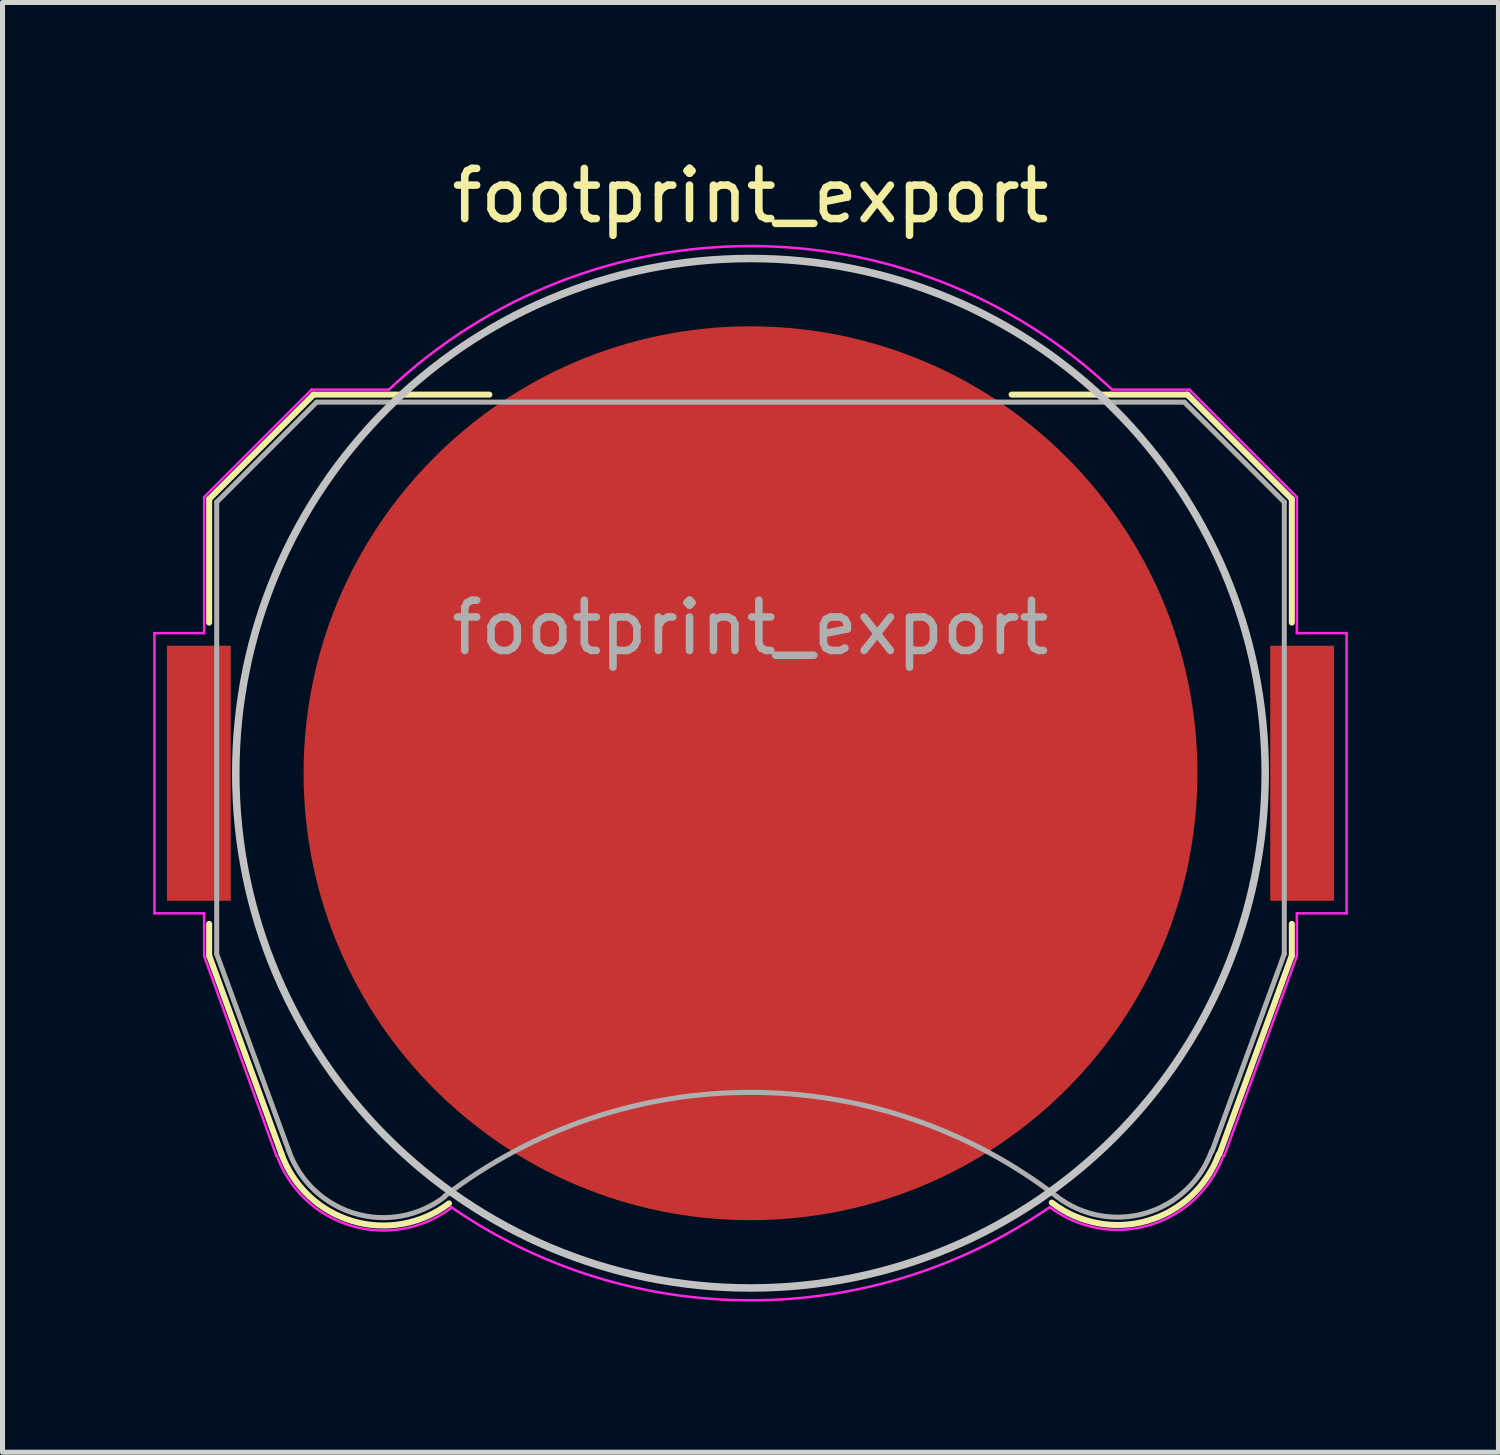
<source format=kicad_pcb>
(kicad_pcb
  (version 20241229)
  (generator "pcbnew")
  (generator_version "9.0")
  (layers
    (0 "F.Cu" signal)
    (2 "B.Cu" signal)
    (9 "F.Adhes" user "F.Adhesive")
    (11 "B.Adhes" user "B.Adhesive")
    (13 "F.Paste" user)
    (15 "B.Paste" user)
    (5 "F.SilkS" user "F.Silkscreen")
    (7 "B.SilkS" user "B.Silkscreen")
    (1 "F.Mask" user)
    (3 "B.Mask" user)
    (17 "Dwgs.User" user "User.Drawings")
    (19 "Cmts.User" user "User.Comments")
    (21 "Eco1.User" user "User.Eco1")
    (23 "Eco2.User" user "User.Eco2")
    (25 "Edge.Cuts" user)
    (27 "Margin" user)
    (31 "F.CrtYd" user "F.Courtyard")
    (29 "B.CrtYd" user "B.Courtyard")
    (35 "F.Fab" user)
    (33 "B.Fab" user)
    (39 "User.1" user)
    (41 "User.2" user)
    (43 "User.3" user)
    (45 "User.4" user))
  (footprint "footprint_export"
    (layer "F.Cu")
    (at 11.895 12.348)
    (property "Reference" "footprint_export" (at 0 -11.5 0) (layer "F.SilkS") (effects (font (size 1 1) (thickness 0.15))))
    (attr smd)
    (fp_line (start -10.78 -5.46) (end -10.78 -3) (stroke (width 0.12) (type solid)) (layer "F.SilkS"))
    (fp_line (start -10.78 3) (end -10.78 3.63) (stroke (width 0.12) (type solid)) (layer "F.SilkS"))
    (fp_line (start -10.78 3.63) (end -9.34 7.58) (stroke (width 0.12) (type solid)) (layer "F.SilkS"))
    (fp_line (start -8.7 -7.54) (end -10.78 -5.46) (stroke (width 0.12) (type solid)) (layer "F.SilkS"))
    (fp_line (start -5.2 -7.54) (end -8.7 -7.54) (stroke (width 0.12) (type solid)) (layer "F.SilkS"))
    (fp_line (start 8.7 -7.54) (end 5.2 -7.54) (stroke (width 0.12) (type solid)) (layer "F.SilkS"))
    (fp_line (start 8.7 -7.54) (end 10.78 -5.46) (stroke (width 0.12) (type solid)) (layer "F.SilkS"))
    (fp_line (start 10.78 -5.46) (end 10.78 -3) (stroke (width 0.12) (type solid)) (layer "F.SilkS"))
    (fp_line (start 10.78 3) (end 10.78 3.63) (stroke (width 0.12) (type solid)) (layer "F.SilkS"))
    (fp_line (start 10.78 3.63) (end 9.34 7.58) (stroke (width 0.12) (type solid)) (layer "F.SilkS"))
    (fp_arc (start -6.003354 8.56653) (mid -7.921654 8.918738) (end -9.34 7.58) (stroke (width 0.12) (type solid)) (layer "F.SilkS"))
    (fp_arc (start 9.325243 7.588169) (mid 7.90634 8.911668) (end 6 8.55) (stroke (width 0.12) (type solid)) (layer "F.SilkS"))
    (fp_circle (center 0 0) (end 0 10.25) (stroke (width 0.15) (type solid)) (fill no) (layer "Dwgs.User"))
    (fp_line (start -11.87 -2.79) (end -11.87 2.79) (stroke (width 0.05) (type solid)) (layer "F.CrtYd"))
    (fp_line (start -11.87 2.79) (end -10.88 2.79) (stroke (width 0.05) (type solid)) (layer "F.CrtYd"))
    (fp_line (start -10.88 -5.5) (end -10.88 -2.79) (stroke (width 0.05) (type solid)) (layer "F.CrtYd"))
    (fp_line (start -10.88 -2.79) (end -11.87 -2.79) (stroke (width 0.05) (type solid)) (layer "F.CrtYd"))
    (fp_line (start -10.88 2.79) (end -10.88 3.64) (stroke (width 0.05) (type solid)) (layer "F.CrtYd"))
    (fp_line (start -10.88 3.64) (end -9.44 7.62) (stroke (width 0.05) (type solid)) (layer "F.CrtYd"))
    (fp_line (start -8.74 -7.64) (end -10.88 -5.5) (stroke (width 0.05) (type solid)) (layer "F.CrtYd"))
    (fp_line (start -7.2 -7.64) (end -8.74 -7.64) (stroke (width 0.05) (type solid)) (layer "F.CrtYd"))
    (fp_line (start 8.74 -7.64) (end 7.2 -7.64) (stroke (width 0.05) (type solid)) (layer "F.CrtYd"))
    (fp_line (start 9.43 7.63) (end 10.88 3.64) (stroke (width 0.05) (type solid)) (layer "F.CrtYd"))
    (fp_line (start 10.88 -5.5) (end 8.74 -7.64) (stroke (width 0.05) (type solid)) (layer "F.CrtYd"))
    (fp_line (start 10.88 -2.79) (end 10.88 -5.5) (stroke (width 0.05) (type solid)) (layer "F.CrtYd"))
    (fp_line (start 10.88 2.79) (end 11.87 2.79) (stroke (width 0.05) (type solid)) (layer "F.CrtYd"))
    (fp_line (start 10.88 3.64) (end 10.88 2.79) (stroke (width 0.05) (type solid)) (layer "F.CrtYd"))
    (fp_line (start 11.87 -2.79) (end 10.88 -2.79) (stroke (width 0.05) (type solid)) (layer "F.CrtYd"))
    (fp_line (start 11.87 2.79) (end 11.87 -2.79) (stroke (width 0.05) (type solid)) (layer "F.CrtYd"))
    (fp_arc (start -7.199546 -7.640427) (mid 0.000312 -10.498075) (end 7.2 -7.64) (stroke (width 0.05) (type solid)) (layer "F.CrtYd"))
    (fp_arc (start -5.956965 8.654604) (mid -7.953941 9.011629) (end -9.43 7.62) (stroke (width 0.05) (type solid)) (layer "F.CrtYd"))
    (fp_arc (start 5.945368 8.650075) (mid -0.008883 10.496243) (end -5.96 8.64) (stroke (width 0.05) (type solid)) (layer "F.CrtYd"))
    (fp_arc (start 9.415144 7.621341) (mid 7.944017 9.000493) (end 5.96 8.64) (stroke (width 0.05) (type solid)) (layer "F.CrtYd"))
    (fp_line (start -10.63 -5.4) (end -8.64 -7.39) (stroke (width 0.1) (type solid)) (layer "F.Fab"))
    (fp_line (start -10.63 3.6) (end -10.63 -5.4) (stroke (width 0.1) (type solid)) (layer "F.Fab"))
    (fp_line (start -9.19 7.53) (end -10.63 3.6) (stroke (width 0.1) (type solid)) (layer "F.Fab"))
    (fp_line (start -8.64 -7.39) (end 8.64 -7.39) (stroke (width 0.1) (type solid)) (layer "F.Fab"))
    (fp_line (start 8.64 -7.39) (end 10.63 -5.4) (stroke (width 0.1) (type solid)) (layer "F.Fab"))
    (fp_line (start 10.63 -5.4) (end 10.63 3.6) (stroke (width 0.1) (type solid)) (layer "F.Fab"))
    (fp_line (start 10.63 3.6) (end 9.19 7.53) (stroke (width 0.1) (type solid)) (layer "F.Fab"))
    (fp_arc (start -6.096146 8.438508) (mid -7.87328 8.768206) (end -9.19 7.53) (stroke (width 0.1) (type solid)) (layer "F.Fab"))
    (fp_arc (start -6.094852 8.426043) (mid 0.003247 6.355257) (end 6.1 8.43) (stroke (width 0.1) (type solid)) (layer "F.Fab"))
    (fp_arc (start 9.180727 7.528882) (mid 7.868698 8.760067) (end 6.1 8.43) (stroke (width 0.1) (type solid)) (layer "F.Fab"))
    (fp_text user "${REFERENCE}" (at 0 -2.9 0) (layer "F.Fab") (effects (font (size 1 1) (thickness 0.15))))
    (pad "1" smd rect (at -10.985 0) (size 1.27 5.08) (layers "F.Cu" "F.Mask" "F.Paste"))
    (pad "1" smd rect (at 10.985 0) (size 1.27 5.08) (layers "F.Cu" "F.Mask" "F.Paste"))
    (pad "2" smd circle (at 0 0) (size 17.8 17.8) (layers "F.Cu" "F.Mask")))
  (gr_rect
    (start -3 -3)
    (end 26.79 25.869)
    (stroke (width 0.1) (type default))
    (fill no)
    (layer "Edge.Cuts")))
</source>
